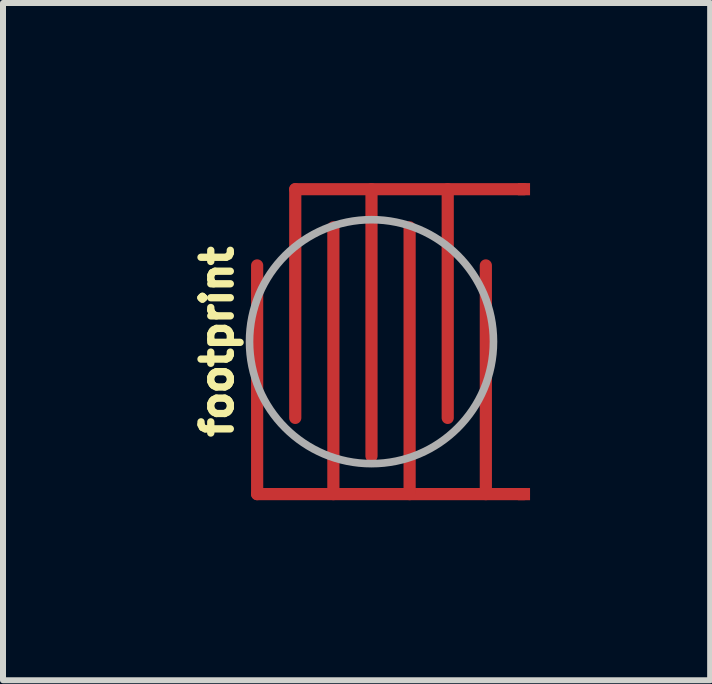
<source format=kicad_pcb>
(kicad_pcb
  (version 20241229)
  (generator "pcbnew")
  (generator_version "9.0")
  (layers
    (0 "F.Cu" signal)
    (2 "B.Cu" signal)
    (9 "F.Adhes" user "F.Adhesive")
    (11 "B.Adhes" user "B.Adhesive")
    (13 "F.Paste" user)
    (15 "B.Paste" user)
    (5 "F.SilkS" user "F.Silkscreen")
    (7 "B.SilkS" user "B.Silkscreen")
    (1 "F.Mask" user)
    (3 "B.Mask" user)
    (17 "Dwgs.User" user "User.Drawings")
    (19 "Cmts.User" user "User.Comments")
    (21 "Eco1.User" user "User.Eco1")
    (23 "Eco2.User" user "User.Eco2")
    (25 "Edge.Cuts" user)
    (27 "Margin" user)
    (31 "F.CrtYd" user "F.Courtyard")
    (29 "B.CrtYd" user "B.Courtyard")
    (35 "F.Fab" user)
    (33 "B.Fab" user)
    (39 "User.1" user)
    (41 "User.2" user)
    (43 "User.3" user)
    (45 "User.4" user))
  (footprint "footprint"
    (layer "F.Cu")
    (at 3.139 2.642)
    (property "Reference" "footprint" (at -2.286 0 90) (layer "F.SilkS") (effects (font (size 0.488 0.488) (thickness 0.122)) (justify bottom)))
    (fp_line (start -1.905 -1.27) (end -1.905 2.54) (stroke (width 0.203) (type solid)) (layer "F.Cu"))
    (fp_line (start -1.905 2.54) (end 2.54 2.54) (stroke (width 0.203) (type solid)) (layer "F.Cu"))
    (fp_line (start -1.27 -2.54) (end 2.54 -2.54) (stroke (width 0.203) (type solid)) (layer "F.Cu"))
    (fp_line (start -1.27 1.27) (end -1.27 -2.54) (stroke (width 0.203) (type solid)) (layer "F.Cu"))
    (fp_line (start -0.635 -1.905) (end -0.635 2.54) (stroke (width 0.203) (type solid)) (layer "F.Cu"))
    (fp_line (start 0 1.905) (end 0 -2.54) (stroke (width 0.203) (type solid)) (layer "F.Cu"))
    (fp_line (start 0.635 -1.905) (end 0.635 2.54) (stroke (width 0.203) (type solid)) (layer "F.Cu"))
    (fp_line (start 1.27 1.27) (end 1.27 -2.54) (stroke (width 0.203) (type solid)) (layer "F.Cu"))
    (fp_line (start 1.905 -1.27) (end 1.905 2.54) (stroke (width 0.203) (type solid)) (layer "F.Cu"))
    (fp_circle (center 0 0) (end 1 0) (stroke (width 2) (type solid)) (fill no) (layer "F.Mask"))
    (fp_circle (center 0 0) (end 2.032 0) (stroke (width 0.127) (type solid)) (fill no) (layer "F.Fab"))
    (pad "1" smd rect (at 2.54 -2.54) (size 0.203 0.203) (layers "F.Cu"))
    (pad "2" smd rect (at 2.54 2.54) (size 0.203 0.203) (layers "F.Cu")))
  (gr_rect
    (start -3 -3)
    (end 8.781 8.283)
    (stroke (width 0.1) (type default))
    (fill no)
    (layer "Edge.Cuts")))
</source>
